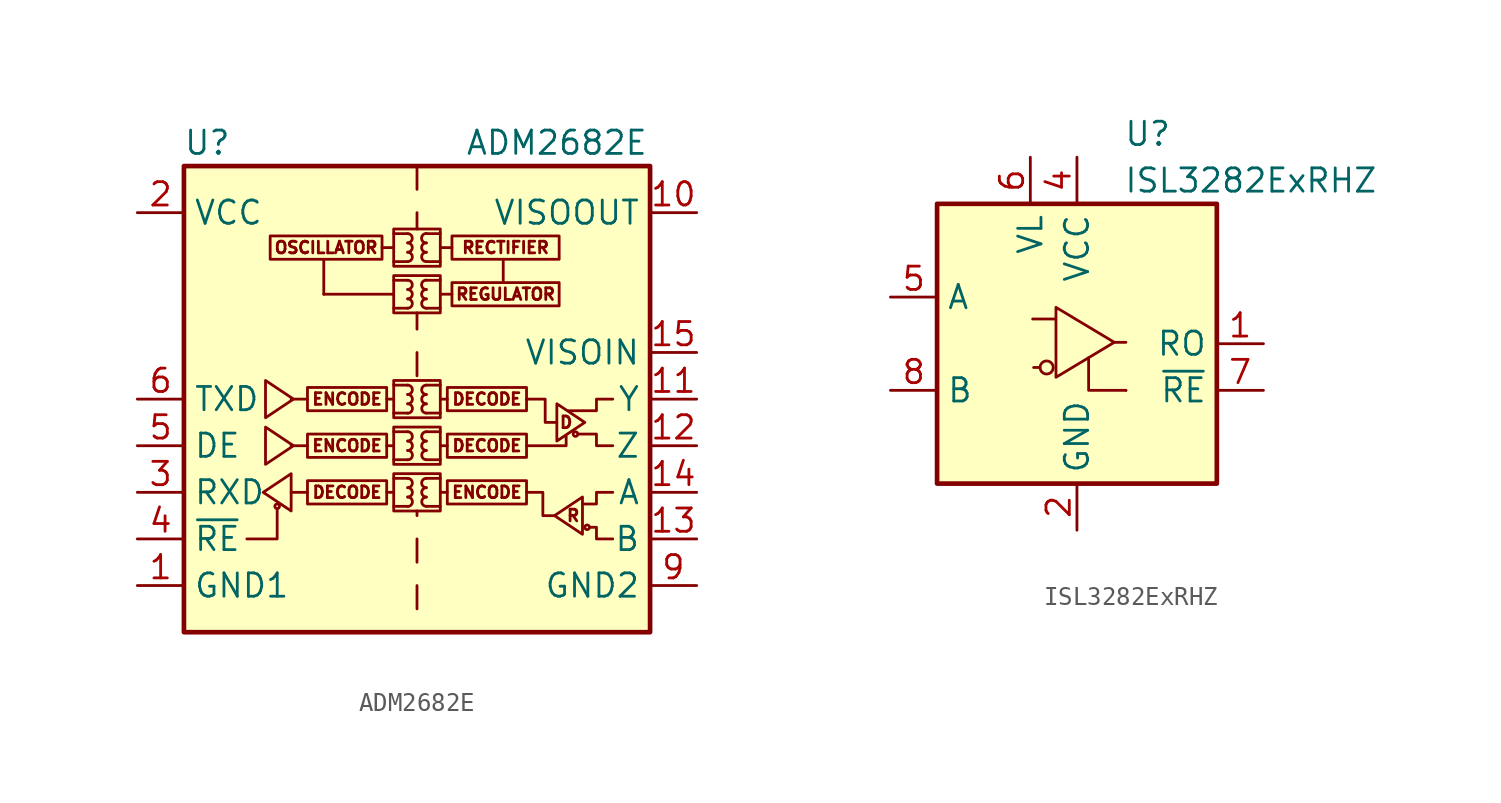
<source format=kicad_sym>
(kicad_symbol_lib
  (version 20220914)
  (generator kicad_symbol_editor)
  (symbol "ADM2682E"
    (property "Reference" "U"
      (at -11.43 13.97 0)
      (effects (font (size 1.27 1.27))))
    (property "Value" "ADM2682E"
      (at 7.62 13.97 0)
      (effects (font (size 1.27 1.27))))
    (symbol "ADM2682E_0_0"
      (text "D" (at 8.128 -1.27 0) (effects (font (size 0.635 0.635))))
      (text "R" (at 8.509 -6.35 0) (effects (font (size 0.635 0.635)))))
    (symbol "ADM2682E_0_1"
      (circle (center -7.62 -5.842) (radius 0.127) (stroke (width 0) (type default)) (fill (type none)))
      (polyline (pts (xy -9.271 -7.62) (xy -7.62 -7.62) (xy -7.62 -5.969)) (stroke (width 0) (type default)) (fill (type none)))
      (polyline (pts (xy 5.969 -2.54) (xy 8.128 -2.54) (xy 8.128 -2.032)) (stroke (width 0) (type default)) (fill (type none)))
      (polyline (pts (xy 7.493 -6.35) (xy 6.858 -6.35) (xy 6.858 -5.08) (xy 5.969 -5.08)) (stroke (width 0) (type default)) (fill (type none)))
      (polyline (pts (xy 7.62 -1.27) (xy 6.985 -1.27) (xy 6.985 0) (xy 5.969 0)) (stroke (width 0) (type default)) (fill (type none)))
      (polyline (pts (xy 9.017 -5.715) (xy 9.779 -5.715) (xy 9.779 -5.08) (xy 10.668 -5.08)) (stroke (width 0) (type default)) (fill (type none)))
      (polyline (pts (xy 9.398 -6.985) (xy 9.779 -6.985) (xy 9.779 -7.62) (xy 10.668 -7.62)) (stroke (width 0) (type default)) (fill (type none)))
      (polyline (pts (xy 10.668 -2.54) (xy 9.779 -2.54) (xy 9.779 -1.905) (xy 8.763 -1.905)) (stroke (width 0) (type default)) (fill (type none)))
      (polyline (pts (xy 10.668 0) (xy 9.779 0) (xy 9.779 -0.635) (xy 8.255 -0.635)) (stroke (width 0) (type default)) (fill (type none))))
    (symbol "ADM2682E_1_0"
      (rectangle (start -1.27 -4.064) (end 1.27 -6.096) (stroke (width 0) (type default)) (fill (type none)))
      (rectangle (start -1.27 -1.524) (end 1.27 -3.556) (stroke (width 0) (type default)) (fill (type none)))
      (rectangle (start -1.27 1.016) (end 1.27 -1.016) (stroke (width 0) (type default)) (fill (type none)))
      (rectangle (start -1.27 6.731) (end 1.27 4.699) (stroke (width 0) (type default)) (fill (type none)))
      (rectangle (start -1.27 9.271) (end 1.27 7.239) (stroke (width 0) (type default)) (fill (type none)))
      (arc (start -0.508 -5.842) (mid -0.2551 -5.588) (end -0.508 -5.334) (stroke (width 0) (type default)) (fill (type none)))
      (arc (start -0.508 -5.334) (mid -0.2551 -5.08) (end -0.508 -4.826) (stroke (width 0) (type default)) (fill (type none)))
      (arc (start -0.508 -4.826) (mid -0.2551 -4.572) (end -0.508 -4.318) (stroke (width 0) (type default)) (fill (type none)))
      (arc (start -0.508 -3.302) (mid -0.2551 -3.048) (end -0.508 -2.794) (stroke (width 0) (type default)) (fill (type none)))
      (arc (start -0.508 -2.794) (mid -0.2551 -2.54) (end -0.508 -2.286) (stroke (width 0) (type default)) (fill (type none)))
      (arc (start -0.508 -2.286) (mid -0.2551 -2.032) (end -0.508 -1.778) (stroke (width 0) (type default)) (fill (type none)))
      (arc (start -0.508 -0.762) (mid -0.2551 -0.508) (end -0.508 -0.254) (stroke (width 0) (type default)) (fill (type none)))
      (arc (start -0.508 -0.254) (mid -0.2551 0) (end -0.508 0.254) (stroke (width 0) (type default)) (fill (type none)))
      (arc (start -0.508 0.254) (mid -0.2551 0.508) (end -0.508 0.762) (stroke (width 0) (type default)) (fill (type none)))
      (arc (start -0.508 4.953) (mid -0.2551 5.207) (end -0.508 5.461) (stroke (width 0) (type default)) (fill (type none)))
      (arc (start -0.508 5.461) (mid -0.2551 5.715) (end -0.508 5.969) (stroke (width 0) (type default)) (fill (type none)))
      (arc (start -0.508 5.969) (mid -0.2551 6.223) (end -0.508 6.477) (stroke (width 0) (type default)) (fill (type none)))
      (arc (start -0.508 7.493) (mid -0.2551 7.747) (end -0.508 8.001) (stroke (width 0) (type default)) (fill (type none)))
      (arc (start -0.508 8.001) (mid -0.2551 8.255) (end -0.508 8.509) (stroke (width 0) (type default)) (fill (type none)))
      (arc (start -0.508 8.509) (mid -0.2551 8.763) (end -0.508 9.017) (stroke (width 0) (type default)) (fill (type none)))
      (polyline (pts (xy -5.969 -5.08) (xy -6.858 -5.08)) (stroke (width 0) (type default)) (fill (type none)))
      (polyline (pts (xy -5.969 -2.54) (xy -6.858 -2.54)) (stroke (width 0) (type default)) (fill (type none)))
      (polyline (pts (xy -5.969 0) (xy -6.858 0)) (stroke (width 0) (type default)) (fill (type none)))
      (polyline (pts (xy -5.08 5.715) (xy -5.08 7.62)) (stroke (width 0) (type default)) (fill (type none)))
      (polyline (pts (xy -5.08 5.715) (xy -1.27 5.715)) (stroke (width 0) (type default)) (fill (type none)))
      (polyline (pts (xy -1.905 8.255) (xy -1.27 8.255)) (stroke (width 0) (type default)) (fill (type none)))
      (polyline (pts (xy -1.651 -5.08) (xy -1.27 -5.08)) (stroke (width 0) (type default)) (fill (type none)))
      (polyline (pts (xy -1.651 -2.54) (xy -1.27 -2.54)) (stroke (width 0) (type default)) (fill (type none)))
      (polyline (pts (xy -1.651 0) (xy -1.27 0)) (stroke (width 0) (type default)) (fill (type none)))
      (polyline (pts (xy -1.27 -5.842) (xy -0.508 -5.842)) (stroke (width 0) (type default)) (fill (type none)))
      (polyline (pts (xy -1.27 -4.318) (xy -0.508 -4.318)) (stroke (width 0) (type default)) (fill (type none)))
      (polyline (pts (xy -1.27 -3.302) (xy -0.508 -3.302)) (stroke (width 0) (type default)) (fill (type none)))
      (polyline (pts (xy -1.27 -1.778) (xy -0.508 -1.778)) (stroke (width 0) (type default)) (fill (type none)))
      (polyline (pts (xy -1.27 -0.762) (xy -0.508 -0.762)) (stroke (width 0) (type default)) (fill (type none)))
      (polyline (pts (xy -1.27 0.762) (xy -0.508 0.762)) (stroke (width 0) (type default)) (fill (type none)))
      (polyline (pts (xy -1.27 4.953) (xy -0.508 4.953)) (stroke (width 0) (type default)) (fill (type none)))
      (polyline (pts (xy -1.27 6.477) (xy -0.508 6.477)) (stroke (width 0) (type default)) (fill (type none)))
      (polyline (pts (xy -1.27 7.493) (xy -0.508 7.493)) (stroke (width 0) (type default)) (fill (type none)))
      (polyline (pts (xy -1.27 9.017) (xy -0.508 9.017)) (stroke (width 0) (type default)) (fill (type none)))
      (polyline (pts (xy 0 -11.43) (xy 0 -10.16)) (stroke (width 0) (type default)) (fill (type none)))
      (polyline (pts (xy 0 -8.89) (xy 0 -7.62)) (stroke (width 0) (type default)) (fill (type none)))
      (polyline (pts (xy 0 -6.35) (xy 0 -6.096)) (stroke (width 0) (type default)) (fill (type none)))
      (polyline (pts (xy 0 1.27) (xy 0 2.54)) (stroke (width 0) (type default)) (fill (type none)))
      (polyline (pts (xy 0 3.81) (xy 0 4.699)) (stroke (width 0) (type default)) (fill (type none)))
      (polyline (pts (xy 0 9.271) (xy 0 10.16)) (stroke (width 0) (type default)) (fill (type none)))
      (polyline (pts (xy 0 12.7) (xy 0 11.43)) (stroke (width 0) (type default)) (fill (type none)))
      (polyline (pts (xy 1.27 -5.842) (xy 0.508 -5.842)) (stroke (width 0) (type default)) (fill (type none)))
      (polyline (pts (xy 1.27 -4.318) (xy 0.508 -4.318)) (stroke (width 0) (type default)) (fill (type none)))
      (polyline (pts (xy 1.27 -3.302) (xy 0.508 -3.302)) (stroke (width 0) (type default)) (fill (type none)))
      (polyline (pts (xy 1.27 -1.778) (xy 0.508 -1.778)) (stroke (width 0) (type default)) (fill (type none)))
      (polyline (pts (xy 1.27 -0.762) (xy 0.508 -0.762)) (stroke (width 0) (type default)) (fill (type none)))
      (polyline (pts (xy 1.27 0.762) (xy 0.508 0.762)) (stroke (width 0) (type default)) (fill (type none)))
      (polyline (pts (xy 1.27 4.953) (xy 0.508 4.953)) (stroke (width 0) (type default)) (fill (type none)))
      (polyline (pts (xy 1.27 6.477) (xy 0.508 6.477)) (stroke (width 0) (type default)) (fill (type none)))
      (polyline (pts (xy 1.27 7.493) (xy 0.508 7.493)) (stroke (width 0) (type default)) (fill (type none)))
      (polyline (pts (xy 1.27 9.017) (xy 0.508 9.017)) (stroke (width 0) (type default)) (fill (type none)))
      (polyline (pts (xy 1.651 -5.08) (xy 1.27 -5.08)) (stroke (width 0) (type default)) (fill (type none)))
      (polyline (pts (xy 1.651 -2.54) (xy 1.27 -2.54)) (stroke (width 0) (type default)) (fill (type none)))
      (polyline (pts (xy 1.651 0) (xy 1.27 0)) (stroke (width 0) (type default)) (fill (type none)))
      (polyline (pts (xy 1.905 5.715) (xy 1.27 5.715)) (stroke (width 0) (type default)) (fill (type none)))
      (polyline (pts (xy 1.905 8.255) (xy 1.27 8.255)) (stroke (width 0) (type default)) (fill (type none)))
      (polyline (pts (xy 4.699 6.35) (xy 4.699 7.62)) (stroke (width 0) (type default)) (fill (type none)))
      (arc (start 0.508 -5.334) (mid 0.2551 -5.588) (end 0.508 -5.842) (stroke (width 0) (type default)) (fill (type none)))
      (arc (start 0.508 -4.826) (mid 0.2551 -5.08) (end 0.508 -5.334) (stroke (width 0) (type default)) (fill (type none)))
      (arc (start 0.508 -4.318) (mid 0.2551 -4.572) (end 0.508 -4.826) (stroke (width 0) (type default)) (fill (type none)))
      (arc (start 0.508 -2.794) (mid 0.2551 -3.048) (end 0.508 -3.302) (stroke (width 0) (type default)) (fill (type none)))
      (arc (start 0.508 -2.286) (mid 0.2551 -2.54) (end 0.508 -2.794) (stroke (width 0) (type default)) (fill (type none)))
      (arc (start 0.508 -1.778) (mid 0.2551 -2.032) (end 0.508 -2.286) (stroke (width 0) (type default)) (fill (type none)))
      (arc (start 0.508 -0.254) (mid 0.2551 -0.508) (end 0.508 -0.762) (stroke (width 0) (type default)) (fill (type none)))
      (arc (start 0.508 0.254) (mid 0.2551 0) (end 0.508 -0.254) (stroke (width 0) (type default)) (fill (type none)))
      (arc (start 0.508 0.762) (mid 0.2551 0.508) (end 0.508 0.254) (stroke (width 0) (type default)) (fill (type none)))
      (arc (start 0.508 5.461) (mid 0.2551 5.207) (end 0.508 4.953) (stroke (width 0) (type default)) (fill (type none)))
      (arc (start 0.508 5.969) (mid 0.2551 5.715) (end 0.508 5.461) (stroke (width 0) (type default)) (fill (type none)))
      (arc (start 0.508 6.477) (mid 0.2551 6.223) (end 0.508 5.969) (stroke (width 0) (type default)) (fill (type none)))
      (arc (start 0.508 8.001) (mid 0.2551 7.747) (end 0.508 7.493) (stroke (width 0) (type default)) (fill (type none)))
      (arc (start 0.508 8.509) (mid 0.2551 8.255) (end 0.508 8.001) (stroke (width 0) (type default)) (fill (type none)))
      (arc (start 0.508 9.017) (mid 0.2551 8.763) (end 0.508 8.509) (stroke (width 0) (type default)) (fill (type none)))
      (rectangle (start 1.651 -4.445) (end 5.969 -5.715) (stroke (width 0) (type default)) (fill (type none)))
      (rectangle (start 1.651 -1.905) (end 5.969 -3.175) (stroke (width 0) (type default)) (fill (type none)))
      (rectangle (start 1.651 0.635) (end 5.969 -0.635) (stroke (width 0) (type default)) (fill (type none)))
      (rectangle (start 1.905 6.35) (end 7.747 5.08) (stroke (width 0) (type default)) (fill (type none)))
      (rectangle (start 1.905 8.89) (end 7.747 7.62) (stroke (width 0) (type default)) (fill (type none)))
      (text "DECODE" (at -3.81 -5.08 0) (effects (font (size 0.635 0.635))))
      (text "DECODE" (at 3.81 -2.54 0) (effects (font (size 0.635 0.635))))
      (text "DECODE" (at 3.81 0 0) (effects (font (size 0.635 0.635))))
      (text "ENCODE" (at -3.81 -2.54 0) (effects (font (size 0.635 0.635))))
      (text "ENCODE" (at -3.81 0 0) (effects (font (size 0.635 0.635))))
      (text "ENCODE" (at 3.81 -5.08 0) (effects (font (size 0.635 0.635))))
      (text "OSCILLATOR" (at -4.953 8.255 0) (effects (font (size 0.635 0.635))))
      (text "RECTIFIER" (at 4.826 8.255 0) (effects (font (size 0.635 0.635))))
      (text "REGULATOR" (at 4.826 5.715 0) (effects (font (size 0.635 0.635)))))
    (symbol "ADM2682E_1_1"
      (rectangle (start -12.7 12.7) (end 12.7 -12.7) (stroke (width 0.254) (type default)) (fill (type background)))
      (rectangle (start -1.905 8.89) (end -8.001 7.62) (stroke (width 0) (type default)) (fill (type none)))
      (rectangle (start -1.651 -4.445) (end -5.969 -5.715) (stroke (width 0) (type default)) (fill (type none)))
      (rectangle (start -1.651 -1.905) (end -5.969 -3.175) (stroke (width 0) (type default)) (fill (type none)))
      (rectangle (start -1.651 0.635) (end -5.969 -0.635) (stroke (width 0) (type default)) (fill (type none)))
      (polyline (pts (xy -8.382 -5.08) (xy -6.858 -4.064) (xy -6.858 -6.096) (xy -8.382 -5.08)) (stroke (width 0) (type default)) (fill (type none)))
      (polyline (pts (xy -6.731 -2.54) (xy -8.255 -1.524) (xy -8.255 -3.556) (xy -6.731 -2.54)) (stroke (width 0) (type default)) (fill (type none)))
      (polyline (pts (xy -6.731 0) (xy -8.255 1.016) (xy -8.255 -1.016) (xy -6.731 0)) (stroke (width 0) (type default)) (fill (type none)))
      (polyline (pts (xy 7.493 -6.35) (xy 9.017 -5.334) (xy 9.017 -7.366) (xy 7.493 -6.35)) (stroke (width 0) (type default)) (fill (type none)))
      (polyline (pts (xy 9.144 -1.27) (xy 7.62 -0.254) (xy 7.62 -2.286) (xy 9.144 -1.27)) (stroke (width 0) (type default)) (fill (type none)))
      (circle (center 8.636 -1.905) (radius 0.127) (stroke (width 0) (type default)) (fill (type none)))
      (circle (center 9.271 -6.985) (radius 0.127) (stroke (width 0) (type default)) (fill (type none)))
      (pin power_in line (at -15.24 -10.16 0) (length 2.54) (name "GND1" (effects (font (size 1.27 1.27)))) (number "1" (effects (font (size 1.27 1.27)))))
      (pin power_in line (at 15.24 10.16 180) (length 2.54) (name "VISOOUT" (effects (font (size 1.27 1.27)))) (number "10" (effects (font (size 1.27 1.27)))))
      (pin output line (at 15.24 0 180) (length 2.54) (name "Y" (effects (font (size 1.27 1.27)))) (number "11" (effects (font (size 1.27 1.27)))))
      (pin output line (at 15.24 -2.54 180) (length 2.54) (name "Z" (effects (font (size 1.27 1.27)))) (number "12" (effects (font (size 1.27 1.27)))))
      (pin input line (at 15.24 -7.62 180) (length 2.54) (name "B" (effects (font (size 1.27 1.27)))) (number "13" (effects (font (size 1.27 1.27)))))
      (pin input line (at 15.24 -5.08 180) (length 2.54) (name "A" (effects (font (size 1.27 1.27)))) (number "14" (effects (font (size 1.27 1.27)))))
      (pin power_in line (at 15.24 2.54 180) (length 2.54) (name "VISOIN" (effects (font (size 1.27 1.27)))) (number "15" (effects (font (size 1.27 1.27)))))
      (pin passive line (at 15.24 -10.16 180) (length 2.54) hide (name "GND2" (effects (font (size 1.27 1.27)))) (number "16" (effects (font (size 1.27 1.27)))))
      (pin power_in line (at -15.24 10.16 0) (length 2.54) (name "VCC" (effects (font (size 1.27 1.27)))) (number "2" (effects (font (size 1.27 1.27)))))
      (pin output line (at -15.24 -5.08 0) (length 2.54) (name "RXD" (effects (font (size 1.27 1.27)))) (number "3" (effects (font (size 1.27 1.27)))))
      (pin input line (at -15.24 -7.62 0) (length 2.54) (name "~{RE}" (effects (font (size 1.27 1.27)))) (number "4" (effects (font (size 1.27 1.27)))))
      (pin input line (at -15.24 -2.54 0) (length 2.54) (name "DE" (effects (font (size 1.27 1.27)))) (number "5" (effects (font (size 1.27 1.27)))))
      (pin input line (at -15.24 0 0) (length 2.54) (name "TXD" (effects (font (size 1.27 1.27)))) (number "6" (effects (font (size 1.27 1.27)))))
      (pin passive line (at -15.24 10.16 0) (length 2.54) hide (name "VCC" (effects (font (size 1.27 1.27)))) (number "7" (effects (font (size 1.27 1.27)))))
      (pin passive line (at -15.24 -10.16 0) (length 2.54) hide (name "GND1" (effects (font (size 1.27 1.27)))) (number "8" (effects (font (size 1.27 1.27)))))
      (pin power_in line (at 15.24 -10.16 180) (length 2.54) (name "GND2" (effects (font (size 1.27 1.27)))) (number "9" (effects (font (size 1.27 1.27)))))))
  (symbol "ISL3282ExRHZ"
    (property "Reference" "U"
      (at 2.54 11.43 0)
      (effects (font (size 1.27 1.27)) (justify left)))
    (property "Value" "ISL3282ExRHZ"
      (at 2.54 8.89 0)
      (effects (font (size 1.27 1.27)) (justify left)))
    (symbol "ISL3282ExRHZ_0_1"
      (polyline (pts (xy 2.667 -2.54) (xy 2.667 -2.54)) (stroke (width 0) (type default)) (fill (type none)))
      (polyline (pts (xy 0.635 -0.762) (xy 0.635 -2.54) (xy 2.667 -2.54)) (stroke (width 0) (type default)) (fill (type none)))
      (rectangle (start 7.62 7.62) (end -7.62 -7.62) (stroke (width 0.254) (type default)) (fill (type background))))
    (symbol "ISL3282ExRHZ_1_1"
      (circle (center -1.651 -1.295) (radius 0.356) (stroke (width 0) (type default)) (fill (type none)))
      (polyline (pts (xy -2.057 -1.295) (xy -2.362 -1.295)) (stroke (width 0) (type default)) (fill (type none)))
      (polyline (pts (xy 2.032 0.076) (xy 2.667 0.076)) (stroke (width 0) (type default)) (fill (type none)))
      (polyline (pts (xy -1.143 1.981) (xy -1.143 -1.829) (xy 2.032 0.076) (xy -1.143 1.981) (xy -1.143 1.346) (xy -2.413 1.346)) (stroke (width 0) (type default)) (fill (type none)))
      (pin output line (at 10.16 0 180) (length 2.54) (name "RO" (effects (font (size 1.27 1.27)))) (number "1" (effects (font (size 1.27 1.27)))))
      (pin power_in line (at 0 -10.16 90) (length 2.54) (name "GND" (effects (font (size 1.27 1.27)))) (number "2" (effects (font (size 1.27 1.27)))))
      (pin no_connect line (at -7.62 -5.08 0) (length 2.54) hide (name "NC" (effects (font (size 1.27 1.27)))) (number "3" (effects (font (size 1.27 1.27)))))
      (pin power_in line (at 0 10.16 270) (length 2.54) (name "VCC" (effects (font (size 1.27 1.27)))) (number "4" (effects (font (size 1.27 1.27)))))
      (pin input line (at -10.16 2.54 0) (length 2.54) (name "A" (effects (font (size 1.27 1.27)))) (number "5" (effects (font (size 1.27 1.27)))))
      (pin power_in line (at -2.54 10.16 270) (length 2.54) (name "VL" (effects (font (size 1.27 1.27)))) (number "6" (effects (font (size 1.27 1.27)))))
      (pin input line (at 10.16 -2.54 180) (length 2.54) (name "~{RE}" (effects (font (size 1.27 1.27)))) (number "7" (effects (font (size 1.27 1.27)))))
      (pin input line (at -10.16 -2.54 0) (length 2.54) (name "B" (effects (font (size 1.27 1.27)))) (number "8" (effects (font (size 1.27 1.27)))))
      (pin passive line (at 0 -10.16 90) (length 2.54) hide (name "GND" (effects (font (size 1.27 1.27)))) (number "9" (effects (font (size 1.27 1.27))))))))
</source>
